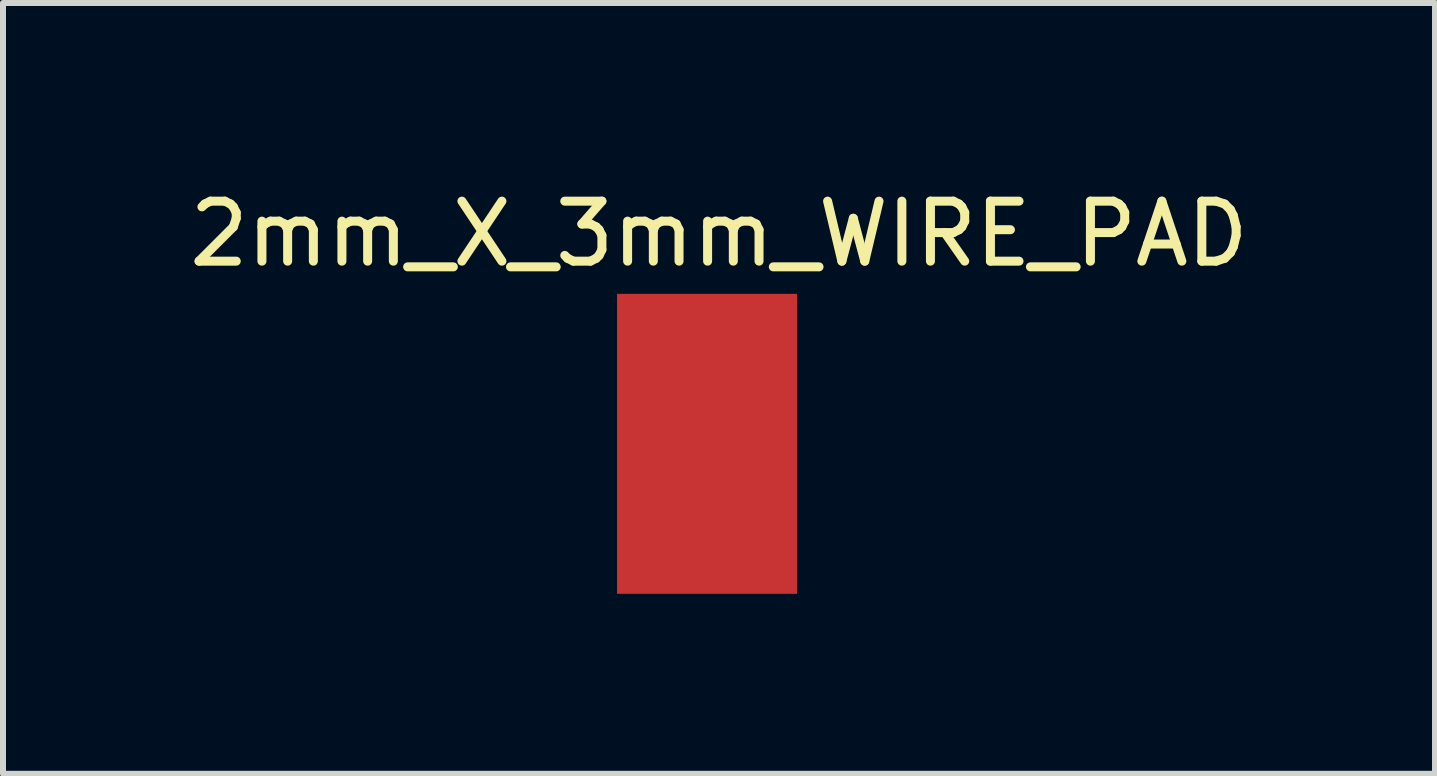
<source format=kicad_pcb>
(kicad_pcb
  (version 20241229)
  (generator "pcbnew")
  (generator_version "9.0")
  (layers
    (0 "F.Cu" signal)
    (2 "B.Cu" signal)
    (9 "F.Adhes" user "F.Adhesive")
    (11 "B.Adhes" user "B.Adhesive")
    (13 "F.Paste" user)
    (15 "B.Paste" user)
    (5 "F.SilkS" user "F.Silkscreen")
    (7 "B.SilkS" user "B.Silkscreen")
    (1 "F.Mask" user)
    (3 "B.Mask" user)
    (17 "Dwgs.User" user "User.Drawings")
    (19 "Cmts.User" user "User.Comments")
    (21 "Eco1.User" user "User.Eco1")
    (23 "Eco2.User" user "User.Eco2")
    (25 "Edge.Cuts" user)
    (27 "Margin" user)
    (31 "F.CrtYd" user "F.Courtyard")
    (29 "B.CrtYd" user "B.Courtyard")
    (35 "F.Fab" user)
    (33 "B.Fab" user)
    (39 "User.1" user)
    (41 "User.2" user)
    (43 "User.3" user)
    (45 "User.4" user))
  (footprint "2mm_X_3mm_WIRE_PAD"
    (layer "F.Cu")
    (at 8.735 4.348)
    (property "Reference" "2mm_X_3mm_WIRE_PAD" (at 0.2 -3.5 0) (layer "F.SilkS") (effects (font (size 1 1) (thickness 0.15))))
    (attr through_hole)
    (pad "2" smd rect (at 0 0) (size 3 5) (layers "F.Cu" "F.Mask" "F.Paste")))
  (gr_rect
    (start -3 -3)
    (end 20.869 9.848)
    (stroke (width 0.1) (type default))
    (fill no)
    (layer "Edge.Cuts")))
</source>
